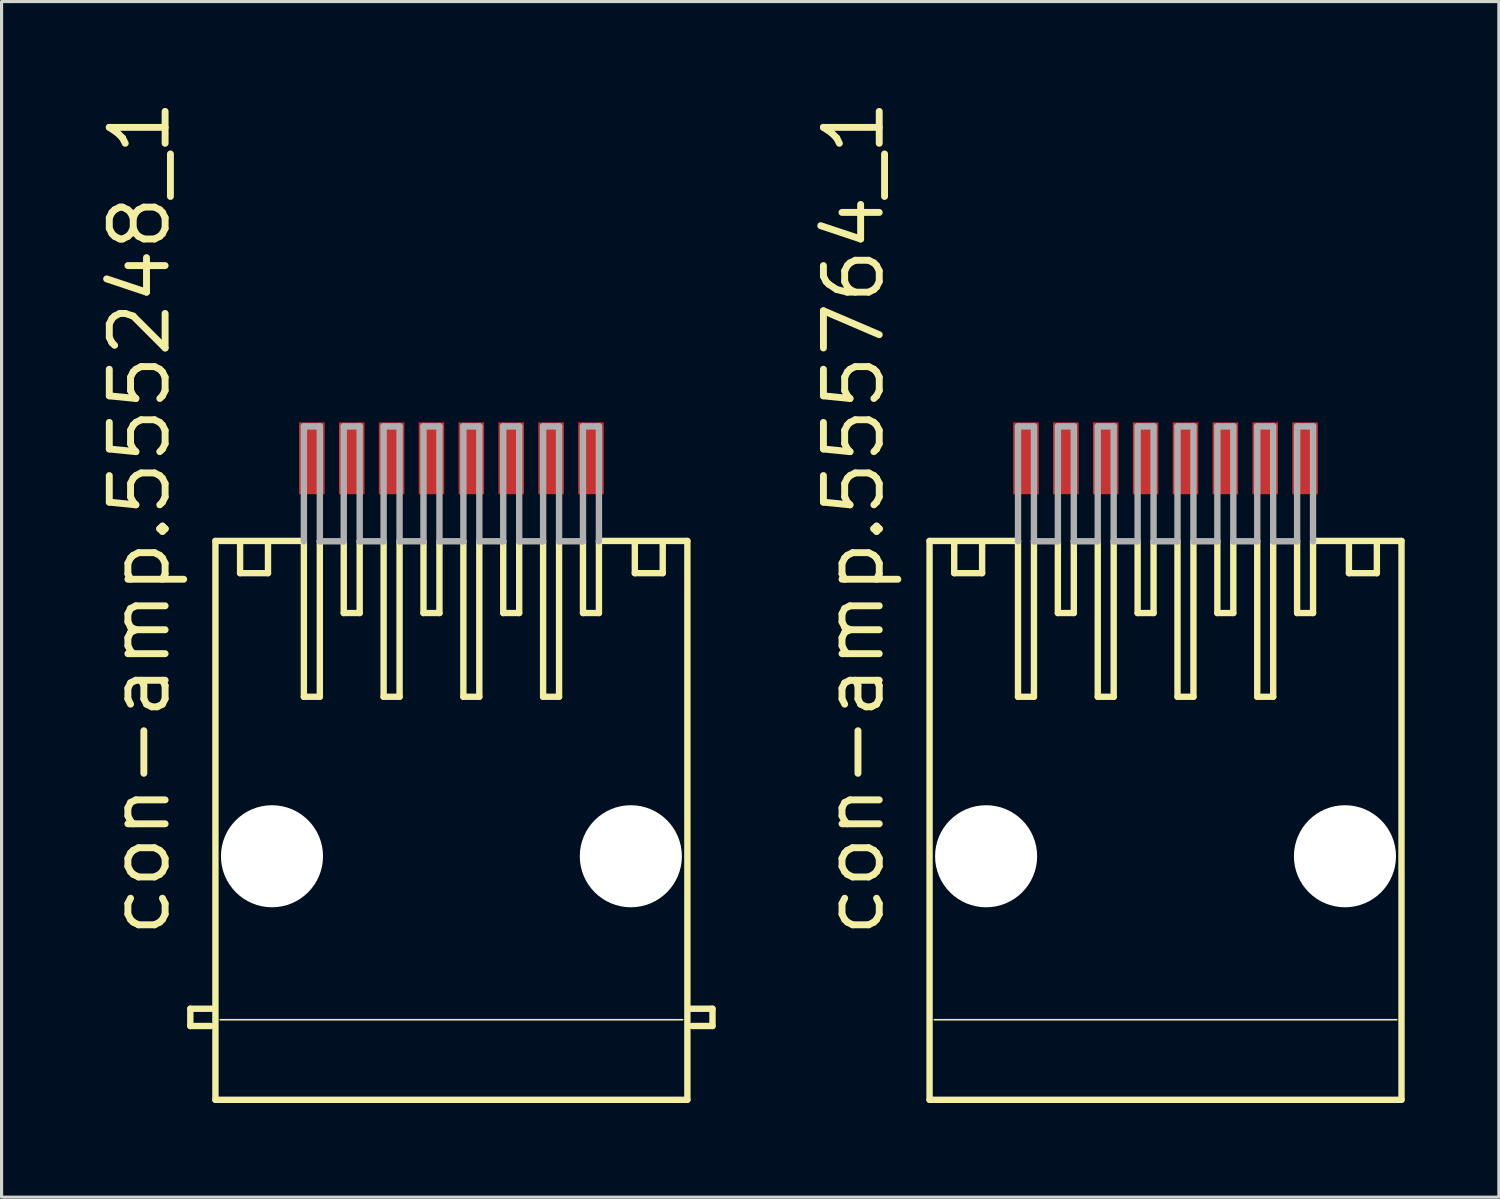
<source format=kicad_pcb>
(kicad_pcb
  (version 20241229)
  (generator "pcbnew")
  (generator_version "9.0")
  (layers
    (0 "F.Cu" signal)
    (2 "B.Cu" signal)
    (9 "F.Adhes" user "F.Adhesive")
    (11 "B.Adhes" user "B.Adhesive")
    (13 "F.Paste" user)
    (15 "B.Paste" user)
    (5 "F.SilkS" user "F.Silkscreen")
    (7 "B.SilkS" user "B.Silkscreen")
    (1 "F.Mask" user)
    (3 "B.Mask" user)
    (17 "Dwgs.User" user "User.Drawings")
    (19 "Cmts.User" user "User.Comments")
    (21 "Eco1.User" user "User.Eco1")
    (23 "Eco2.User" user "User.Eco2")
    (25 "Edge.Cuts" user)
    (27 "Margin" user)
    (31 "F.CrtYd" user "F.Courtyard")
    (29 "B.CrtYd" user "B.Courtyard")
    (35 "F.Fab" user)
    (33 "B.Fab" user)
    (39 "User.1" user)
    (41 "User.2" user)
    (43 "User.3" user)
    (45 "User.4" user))
  (footprint "con-amp.555248_1"
    (layer "F.Cu")
    (at 11.328 23.08)
    (property "Reference" "con-amp.555248_1" (at -8.89 3.81 90) (layer "F.SilkS") (effects (font (size 1.778 1.778) (thickness 0.22)) (justify left bottom)))
    (attr smd)
    (fp_line (start -8.316 6) (end -7.616 6) (stroke (width 0.203) (type default)) (layer "F.SilkS"))
    (fp_line (start -8.316 6.55) (end -8.316 6) (stroke (width 0.203) (type default)) (layer "F.SilkS"))
    (fp_line (start -7.666 6.55) (end -8.316 6.55) (stroke (width 0.203) (type default)) (layer "F.SilkS"))
    (fp_line (start -7.516 -8.9) (end -4.699 -8.9) (stroke (width 0.203) (type default)) (layer "F.SilkS"))
    (fp_line (start -7.516 8.9) (end -7.516 -8.9) (stroke (width 0.203) (type default)) (layer "F.SilkS"))
    (fp_line (start -7.366 6.35) (end 7.366 6.35) (stroke (width 0.051) (type default)) (layer "F.SilkS"))
    (fp_line (start -6.731 -8.89) (end -6.731 -7.874) (stroke (width 0.203) (type default)) (layer "F.SilkS"))
    (fp_line (start -6.731 -7.874) (end -5.842 -7.874) (stroke (width 0.203) (type default)) (layer "F.SilkS"))
    (fp_line (start -5.842 -7.874) (end -5.842 -8.89) (stroke (width 0.203) (type default)) (layer "F.SilkS"))
    (fp_line (start -4.699 -3.937) (end -4.699 -8.89) (stroke (width 0.203) (type default)) (layer "F.SilkS"))
    (fp_line (start -4.191 -3.937) (end -4.699 -3.937) (stroke (width 0.203) (type default)) (layer "F.SilkS"))
    (fp_line (start -4.191 -3.937) (end -4.191 -8.9) (stroke (width 0.203) (type default)) (layer "F.SilkS"))
    (fp_line (start -3.429 -8.89) (end -3.429 -6.604) (stroke (width 0.203) (type default)) (layer "F.SilkS"))
    (fp_line (start -2.921 -8.89) (end -2.921 -6.604) (stroke (width 0.203) (type default)) (layer "F.SilkS"))
    (fp_line (start -2.921 -6.604) (end -3.429 -6.604) (stroke (width 0.203) (type default)) (layer "F.SilkS"))
    (fp_line (start -2.159 -3.937) (end -2.159 -8.89) (stroke (width 0.203) (type default)) (layer "F.SilkS"))
    (fp_line (start -1.651 -3.937) (end -2.159 -3.937) (stroke (width 0.203) (type default)) (layer "F.SilkS"))
    (fp_line (start -1.651 -3.937) (end -1.651 -8.9) (stroke (width 0.203) (type default)) (layer "F.SilkS"))
    (fp_line (start -0.889 -8.89) (end -0.889 -6.604) (stroke (width 0.203) (type default)) (layer "F.SilkS"))
    (fp_line (start -0.381 -8.89) (end -0.381 -6.604) (stroke (width 0.203) (type default)) (layer "F.SilkS"))
    (fp_line (start -0.381 -6.604) (end -0.889 -6.604) (stroke (width 0.203) (type default)) (layer "F.SilkS"))
    (fp_line (start 0.381 -3.937) (end 0.381 -8.89) (stroke (width 0.203) (type default)) (layer "F.SilkS"))
    (fp_line (start 0.889 -3.937) (end 0.381 -3.937) (stroke (width 0.203) (type default)) (layer "F.SilkS"))
    (fp_line (start 0.889 -3.937) (end 0.889 -8.9) (stroke (width 0.203) (type default)) (layer "F.SilkS"))
    (fp_line (start 1.651 -8.89) (end 1.651 -6.604) (stroke (width 0.203) (type default)) (layer "F.SilkS"))
    (fp_line (start 2.159 -8.89) (end 2.159 -6.604) (stroke (width 0.203) (type default)) (layer "F.SilkS"))
    (fp_line (start 2.159 -6.604) (end 1.651 -6.604) (stroke (width 0.203) (type default)) (layer "F.SilkS"))
    (fp_line (start 2.921 -3.937) (end 2.921 -8.89) (stroke (width 0.203) (type default)) (layer "F.SilkS"))
    (fp_line (start 3.429 -3.937) (end 2.921 -3.937) (stroke (width 0.203) (type default)) (layer "F.SilkS"))
    (fp_line (start 3.429 -3.937) (end 3.429 -8.9) (stroke (width 0.203) (type default)) (layer "F.SilkS"))
    (fp_line (start 4.191 -8.89) (end 4.191 -6.604) (stroke (width 0.203) (type default)) (layer "F.SilkS"))
    (fp_line (start 4.699 -8.9) (end 7.516 -8.9) (stroke (width 0.203) (type default)) (layer "F.SilkS"))
    (fp_line (start 4.699 -8.89) (end 4.699 -6.604) (stroke (width 0.203) (type default)) (layer "F.SilkS"))
    (fp_line (start 4.699 -6.604) (end 4.191 -6.604) (stroke (width 0.203) (type default)) (layer "F.SilkS"))
    (fp_line (start 5.842 -7.874) (end 5.842 -8.89) (stroke (width 0.203) (type default)) (layer "F.SilkS"))
    (fp_line (start 6.731 -8.89) (end 6.731 -7.874) (stroke (width 0.203) (type default)) (layer "F.SilkS"))
    (fp_line (start 6.731 -7.874) (end 5.842 -7.874) (stroke (width 0.203) (type default)) (layer "F.SilkS"))
    (fp_line (start 7.516 -8.9) (end 7.516 8.9) (stroke (width 0.203) (type default)) (layer "F.SilkS"))
    (fp_line (start 7.516 8.9) (end -7.516 8.9) (stroke (width 0.203) (type default)) (layer "F.SilkS"))
    (fp_line (start 7.666 6.55) (end 8.316 6.55) (stroke (width 0.203) (type default)) (layer "F.SilkS"))
    (fp_line (start 8.316 6) (end 7.616 6) (stroke (width 0.203) (type default)) (layer "F.SilkS"))
    (fp_line (start 8.316 6.55) (end 8.316 6) (stroke (width 0.203) (type default)) (layer "F.SilkS"))
    (fp_line (start -4.699 -12.549) (end -4.699 -8.89) (stroke (width 0.203) (type default)) (layer "F.Fab"))
    (fp_line (start -4.191 -12.549) (end -4.699 -12.549) (stroke (width 0.203) (type default)) (layer "F.Fab"))
    (fp_line (start -4.191 -8.89) (end -4.191 -12.549) (stroke (width 0.203) (type default)) (layer "F.Fab"))
    (fp_line (start -4.191 -8.89) (end -3.429 -8.89) (stroke (width 0.203) (type default)) (layer "F.Fab"))
    (fp_line (start -3.429 -12.549) (end -3.429 -8.89) (stroke (width 0.203) (type default)) (layer "F.Fab"))
    (fp_line (start -2.921 -12.549) (end -3.429 -12.549) (stroke (width 0.203) (type default)) (layer "F.Fab"))
    (fp_line (start -2.921 -8.89) (end -2.921 -12.549) (stroke (width 0.203) (type default)) (layer "F.Fab"))
    (fp_line (start -2.921 -8.89) (end -2.159 -8.89) (stroke (width 0.203) (type default)) (layer "F.Fab"))
    (fp_line (start -2.159 -12.549) (end -2.159 -8.89) (stroke (width 0.203) (type default)) (layer "F.Fab"))
    (fp_line (start -1.651 -12.549) (end -2.159 -12.549) (stroke (width 0.203) (type default)) (layer "F.Fab"))
    (fp_line (start -1.651 -8.89) (end -1.651 -12.549) (stroke (width 0.203) (type default)) (layer "F.Fab"))
    (fp_line (start -1.651 -8.89) (end -0.889 -8.89) (stroke (width 0.203) (type default)) (layer "F.Fab"))
    (fp_line (start -0.889 -12.549) (end -0.889 -8.89) (stroke (width 0.203) (type default)) (layer "F.Fab"))
    (fp_line (start -0.381 -12.549) (end -0.889 -12.549) (stroke (width 0.203) (type default)) (layer "F.Fab"))
    (fp_line (start -0.381 -8.89) (end -0.381 -12.549) (stroke (width 0.203) (type default)) (layer "F.Fab"))
    (fp_line (start -0.381 -8.89) (end 0.381 -8.89) (stroke (width 0.203) (type default)) (layer "F.Fab"))
    (fp_line (start 0.381 -12.549) (end 0.381 -8.89) (stroke (width 0.203) (type default)) (layer "F.Fab"))
    (fp_line (start 0.889 -12.549) (end 0.381 -12.549) (stroke (width 0.203) (type default)) (layer "F.Fab"))
    (fp_line (start 0.889 -8.89) (end 0.889 -12.549) (stroke (width 0.203) (type default)) (layer "F.Fab"))
    (fp_line (start 0.889 -8.89) (end 1.651 -8.89) (stroke (width 0.203) (type default)) (layer "F.Fab"))
    (fp_line (start 1.651 -12.549) (end 1.651 -8.89) (stroke (width 0.203) (type default)) (layer "F.Fab"))
    (fp_line (start 2.159 -12.549) (end 1.651 -12.549) (stroke (width 0.203) (type default)) (layer "F.Fab"))
    (fp_line (start 2.159 -8.89) (end 2.159 -12.549) (stroke (width 0.203) (type default)) (layer "F.Fab"))
    (fp_line (start 2.159 -8.89) (end 2.921 -8.89) (stroke (width 0.203) (type default)) (layer "F.Fab"))
    (fp_line (start 2.921 -12.549) (end 2.921 -8.89) (stroke (width 0.203) (type default)) (layer "F.Fab"))
    (fp_line (start 3.429 -12.549) (end 2.921 -12.549) (stroke (width 0.203) (type default)) (layer "F.Fab"))
    (fp_line (start 3.429 -8.89) (end 3.429 -12.549) (stroke (width 0.203) (type default)) (layer "F.Fab"))
    (fp_line (start 3.429 -8.89) (end 4.191 -8.89) (stroke (width 0.203) (type default)) (layer "F.Fab"))
    (fp_line (start 4.191 -12.549) (end 4.191 -8.89) (stroke (width 0.203) (type default)) (layer "F.Fab"))
    (fp_line (start 4.699 -12.549) (end 4.191 -12.549) (stroke (width 0.203) (type default)) (layer "F.Fab"))
    (fp_line (start 4.699 -8.89) (end 4.699 -12.549) (stroke (width 0.203) (type default)) (layer "F.Fab"))
    (pad "" np_thru_hole circle (at -5.715 1.143) (size 3.251 3.251) (drill 3.251) (layers "*.Cu" "*.Mask"))
    (pad "" np_thru_hole circle (at 5.715 1.143) (size 3.251 3.251) (drill 3.251) (layers "*.Cu" "*.Mask"))
    (pad "1" smd roundrect (at -4.445 -11.533) (size 0.813 2.286) (layers "F.Cu" "F.Mask" "F.Paste") (roundrect_rratio 0.01))
    (pad "2" smd roundrect (at -3.175 -11.533) (size 0.813 2.286) (layers "F.Cu" "F.Mask" "F.Paste") (roundrect_rratio 0.01))
    (pad "3" smd roundrect (at -1.905 -11.533) (size 0.813 2.286) (layers "F.Cu" "F.Mask" "F.Paste") (roundrect_rratio 0.01))
    (pad "4" smd roundrect (at -0.635 -11.533) (size 0.813 2.286) (layers "F.Cu" "F.Mask" "F.Paste") (roundrect_rratio 0.01))
    (pad "5" smd roundrect (at 0.635 -11.533) (size 0.813 2.286) (layers "F.Cu" "F.Mask" "F.Paste") (roundrect_rratio 0.01))
    (pad "6" smd roundrect (at 1.905 -11.533) (size 0.813 2.286) (layers "F.Cu" "F.Mask" "F.Paste") (roundrect_rratio 0.01))
    (pad "7" smd roundrect (at 3.175 -11.533) (size 0.813 2.286) (layers "F.Cu" "F.Mask" "F.Paste") (roundrect_rratio 0.01))
    (pad "8" smd roundrect (at 4.445 -11.533) (size 0.813 2.286) (layers "F.Cu" "F.Mask" "F.Paste") (roundrect_rratio 0.01)))
  (footprint "con-amp.555764_1"
    (layer "F.Cu")
    (at 34.074 23.08)
    (property "Reference" "con-amp.555764_1" (at -8.89 3.81 90) (layer "F.SilkS") (effects (font (size 1.778 1.778) (thickness 0.22)) (justify left bottom)))
    (attr smd)
    (fp_line (start -7.516 -8.9) (end -4.699 -8.9) (stroke (width 0.203) (type default)) (layer "F.SilkS"))
    (fp_line (start -7.516 8.9) (end -7.516 -8.9) (stroke (width 0.203) (type default)) (layer "F.SilkS"))
    (fp_line (start -7.366 6.35) (end 7.366 6.35) (stroke (width 0.051) (type default)) (layer "F.SilkS"))
    (fp_line (start -6.731 -8.89) (end -6.731 -7.874) (stroke (width 0.203) (type default)) (layer "F.SilkS"))
    (fp_line (start -6.731 -7.874) (end -5.842 -7.874) (stroke (width 0.203) (type default)) (layer "F.SilkS"))
    (fp_line (start -5.842 -7.874) (end -5.842 -8.89) (stroke (width 0.203) (type default)) (layer "F.SilkS"))
    (fp_line (start -4.699 -3.937) (end -4.699 -8.89) (stroke (width 0.203) (type default)) (layer "F.SilkS"))
    (fp_line (start -4.191 -3.937) (end -4.699 -3.937) (stroke (width 0.203) (type default)) (layer "F.SilkS"))
    (fp_line (start -4.191 -3.937) (end -4.191 -8.9) (stroke (width 0.203) (type default)) (layer "F.SilkS"))
    (fp_line (start -3.429 -8.89) (end -3.429 -6.604) (stroke (width 0.203) (type default)) (layer "F.SilkS"))
    (fp_line (start -2.921 -8.89) (end -2.921 -6.604) (stroke (width 0.203) (type default)) (layer "F.SilkS"))
    (fp_line (start -2.921 -6.604) (end -3.429 -6.604) (stroke (width 0.203) (type default)) (layer "F.SilkS"))
    (fp_line (start -2.159 -3.937) (end -2.159 -8.89) (stroke (width 0.203) (type default)) (layer "F.SilkS"))
    (fp_line (start -1.651 -3.937) (end -2.159 -3.937) (stroke (width 0.203) (type default)) (layer "F.SilkS"))
    (fp_line (start -1.651 -3.937) (end -1.651 -8.9) (stroke (width 0.203) (type default)) (layer "F.SilkS"))
    (fp_line (start -0.889 -8.89) (end -0.889 -6.604) (stroke (width 0.203) (type default)) (layer "F.SilkS"))
    (fp_line (start -0.381 -8.89) (end -0.381 -6.604) (stroke (width 0.203) (type default)) (layer "F.SilkS"))
    (fp_line (start -0.381 -6.604) (end -0.889 -6.604) (stroke (width 0.203) (type default)) (layer "F.SilkS"))
    (fp_line (start 0.381 -3.937) (end 0.381 -8.89) (stroke (width 0.203) (type default)) (layer "F.SilkS"))
    (fp_line (start 0.889 -3.937) (end 0.381 -3.937) (stroke (width 0.203) (type default)) (layer "F.SilkS"))
    (fp_line (start 0.889 -3.937) (end 0.889 -8.9) (stroke (width 0.203) (type default)) (layer "F.SilkS"))
    (fp_line (start 1.651 -8.89) (end 1.651 -6.604) (stroke (width 0.203) (type default)) (layer "F.SilkS"))
    (fp_line (start 2.159 -8.89) (end 2.159 -6.604) (stroke (width 0.203) (type default)) (layer "F.SilkS"))
    (fp_line (start 2.159 -6.604) (end 1.651 -6.604) (stroke (width 0.203) (type default)) (layer "F.SilkS"))
    (fp_line (start 2.921 -3.937) (end 2.921 -8.89) (stroke (width 0.203) (type default)) (layer "F.SilkS"))
    (fp_line (start 3.429 -3.937) (end 2.921 -3.937) (stroke (width 0.203) (type default)) (layer "F.SilkS"))
    (fp_line (start 3.429 -3.937) (end 3.429 -8.9) (stroke (width 0.203) (type default)) (layer "F.SilkS"))
    (fp_line (start 4.191 -8.89) (end 4.191 -6.604) (stroke (width 0.203) (type default)) (layer "F.SilkS"))
    (fp_line (start 4.699 -8.9) (end 7.516 -8.9) (stroke (width 0.203) (type default)) (layer "F.SilkS"))
    (fp_line (start 4.699 -8.89) (end 4.699 -6.604) (stroke (width 0.203) (type default)) (layer "F.SilkS"))
    (fp_line (start 4.699 -6.604) (end 4.191 -6.604) (stroke (width 0.203) (type default)) (layer "F.SilkS"))
    (fp_line (start 5.842 -7.874) (end 5.842 -8.89) (stroke (width 0.203) (type default)) (layer "F.SilkS"))
    (fp_line (start 6.731 -8.89) (end 6.731 -7.874) (stroke (width 0.203) (type default)) (layer "F.SilkS"))
    (fp_line (start 6.731 -7.874) (end 5.842 -7.874) (stroke (width 0.203) (type default)) (layer "F.SilkS"))
    (fp_line (start 7.516 -8.9) (end 7.516 8.9) (stroke (width 0.203) (type default)) (layer "F.SilkS"))
    (fp_line (start 7.516 8.9) (end -7.516 8.9) (stroke (width 0.203) (type default)) (layer "F.SilkS"))
    (fp_line (start -4.699 -12.549) (end -4.699 -8.89) (stroke (width 0.203) (type default)) (layer "F.Fab"))
    (fp_line (start -4.191 -12.549) (end -4.699 -12.549) (stroke (width 0.203) (type default)) (layer "F.Fab"))
    (fp_line (start -4.191 -8.89) (end -4.191 -12.549) (stroke (width 0.203) (type default)) (layer "F.Fab"))
    (fp_line (start -4.191 -8.89) (end -3.429 -8.89) (stroke (width 0.203) (type default)) (layer "F.Fab"))
    (fp_line (start -3.429 -12.549) (end -3.429 -8.89) (stroke (width 0.203) (type default)) (layer "F.Fab"))
    (fp_line (start -2.921 -12.549) (end -3.429 -12.549) (stroke (width 0.203) (type default)) (layer "F.Fab"))
    (fp_line (start -2.921 -8.89) (end -2.921 -12.549) (stroke (width 0.203) (type default)) (layer "F.Fab"))
    (fp_line (start -2.921 -8.89) (end -2.159 -8.89) (stroke (width 0.203) (type default)) (layer "F.Fab"))
    (fp_line (start -2.159 -12.549) (end -2.159 -8.89) (stroke (width 0.203) (type default)) (layer "F.Fab"))
    (fp_line (start -1.651 -12.549) (end -2.159 -12.549) (stroke (width 0.203) (type default)) (layer "F.Fab"))
    (fp_line (start -1.651 -8.89) (end -1.651 -12.549) (stroke (width 0.203) (type default)) (layer "F.Fab"))
    (fp_line (start -1.651 -8.89) (end -0.889 -8.89) (stroke (width 0.203) (type default)) (layer "F.Fab"))
    (fp_line (start -0.889 -12.549) (end -0.889 -8.89) (stroke (width 0.203) (type default)) (layer "F.Fab"))
    (fp_line (start -0.381 -12.549) (end -0.889 -12.549) (stroke (width 0.203) (type default)) (layer "F.Fab"))
    (fp_line (start -0.381 -8.89) (end -0.381 -12.549) (stroke (width 0.203) (type default)) (layer "F.Fab"))
    (fp_line (start -0.381 -8.89) (end 0.381 -8.89) (stroke (width 0.203) (type default)) (layer "F.Fab"))
    (fp_line (start 0.381 -12.549) (end 0.381 -8.89) (stroke (width 0.203) (type default)) (layer "F.Fab"))
    (fp_line (start 0.889 -12.549) (end 0.381 -12.549) (stroke (width 0.203) (type default)) (layer "F.Fab"))
    (fp_line (start 0.889 -8.89) (end 0.889 -12.549) (stroke (width 0.203) (type default)) (layer "F.Fab"))
    (fp_line (start 0.889 -8.89) (end 1.651 -8.89) (stroke (width 0.203) (type default)) (layer "F.Fab"))
    (fp_line (start 1.651 -12.549) (end 1.651 -8.89) (stroke (width 0.203) (type default)) (layer "F.Fab"))
    (fp_line (start 2.159 -12.549) (end 1.651 -12.549) (stroke (width 0.203) (type default)) (layer "F.Fab"))
    (fp_line (start 2.159 -8.89) (end 2.159 -12.549) (stroke (width 0.203) (type default)) (layer "F.Fab"))
    (fp_line (start 2.159 -8.89) (end 2.921 -8.89) (stroke (width 0.203) (type default)) (layer "F.Fab"))
    (fp_line (start 2.921 -12.549) (end 2.921 -8.89) (stroke (width 0.203) (type default)) (layer "F.Fab"))
    (fp_line (start 3.429 -12.549) (end 2.921 -12.549) (stroke (width 0.203) (type default)) (layer "F.Fab"))
    (fp_line (start 3.429 -8.89) (end 3.429 -12.549) (stroke (width 0.203) (type default)) (layer "F.Fab"))
    (fp_line (start 3.429 -8.89) (end 4.191 -8.89) (stroke (width 0.203) (type default)) (layer "F.Fab"))
    (fp_line (start 4.191 -12.549) (end 4.191 -8.89) (stroke (width 0.203) (type default)) (layer "F.Fab"))
    (fp_line (start 4.699 -12.549) (end 4.191 -12.549) (stroke (width 0.203) (type default)) (layer "F.Fab"))
    (fp_line (start 4.699 -8.89) (end 4.699 -12.549) (stroke (width 0.203) (type default)) (layer "F.Fab"))
    (pad "" np_thru_hole circle (at -5.715 1.143) (size 3.251 3.251) (drill 3.251) (layers "*.Cu" "*.Mask"))
    (pad "" np_thru_hole circle (at 5.715 1.143) (size 3.251 3.251) (drill 3.251) (layers "*.Cu" "*.Mask"))
    (pad "1" smd roundrect (at -4.445 -11.533) (size 0.813 2.286) (layers "F.Cu" "F.Mask" "F.Paste") (roundrect_rratio 0.01))
    (pad "2" smd roundrect (at -3.175 -11.533) (size 0.813 2.286) (layers "F.Cu" "F.Mask" "F.Paste") (roundrect_rratio 0.01))
    (pad "3" smd roundrect (at -1.905 -11.533) (size 0.813 2.286) (layers "F.Cu" "F.Mask" "F.Paste") (roundrect_rratio 0.01))
    (pad "4" smd roundrect (at -0.635 -11.533) (size 0.813 2.286) (layers "F.Cu" "F.Mask" "F.Paste") (roundrect_rratio 0.01))
    (pad "5" smd roundrect (at 0.635 -11.533) (size 0.813 2.286) (layers "F.Cu" "F.Mask" "F.Paste") (roundrect_rratio 0.01))
    (pad "6" smd roundrect (at 1.905 -11.533) (size 0.813 2.286) (layers "F.Cu" "F.Mask" "F.Paste") (roundrect_rratio 0.01))
    (pad "7" smd roundrect (at 3.175 -11.533) (size 0.813 2.286) (layers "F.Cu" "F.Mask" "F.Paste") (roundrect_rratio 0.01))
    (pad "8" smd roundrect (at 4.445 -11.533) (size 0.813 2.286) (layers "F.Cu" "F.Mask" "F.Paste") (roundrect_rratio 0.01)))
  (gr_rect
    (start -3 -3)
    (end 44.691 35.081)
    (stroke (width 0.1) (type default))
    (fill no)
    (layer "Edge.Cuts")))
</source>
